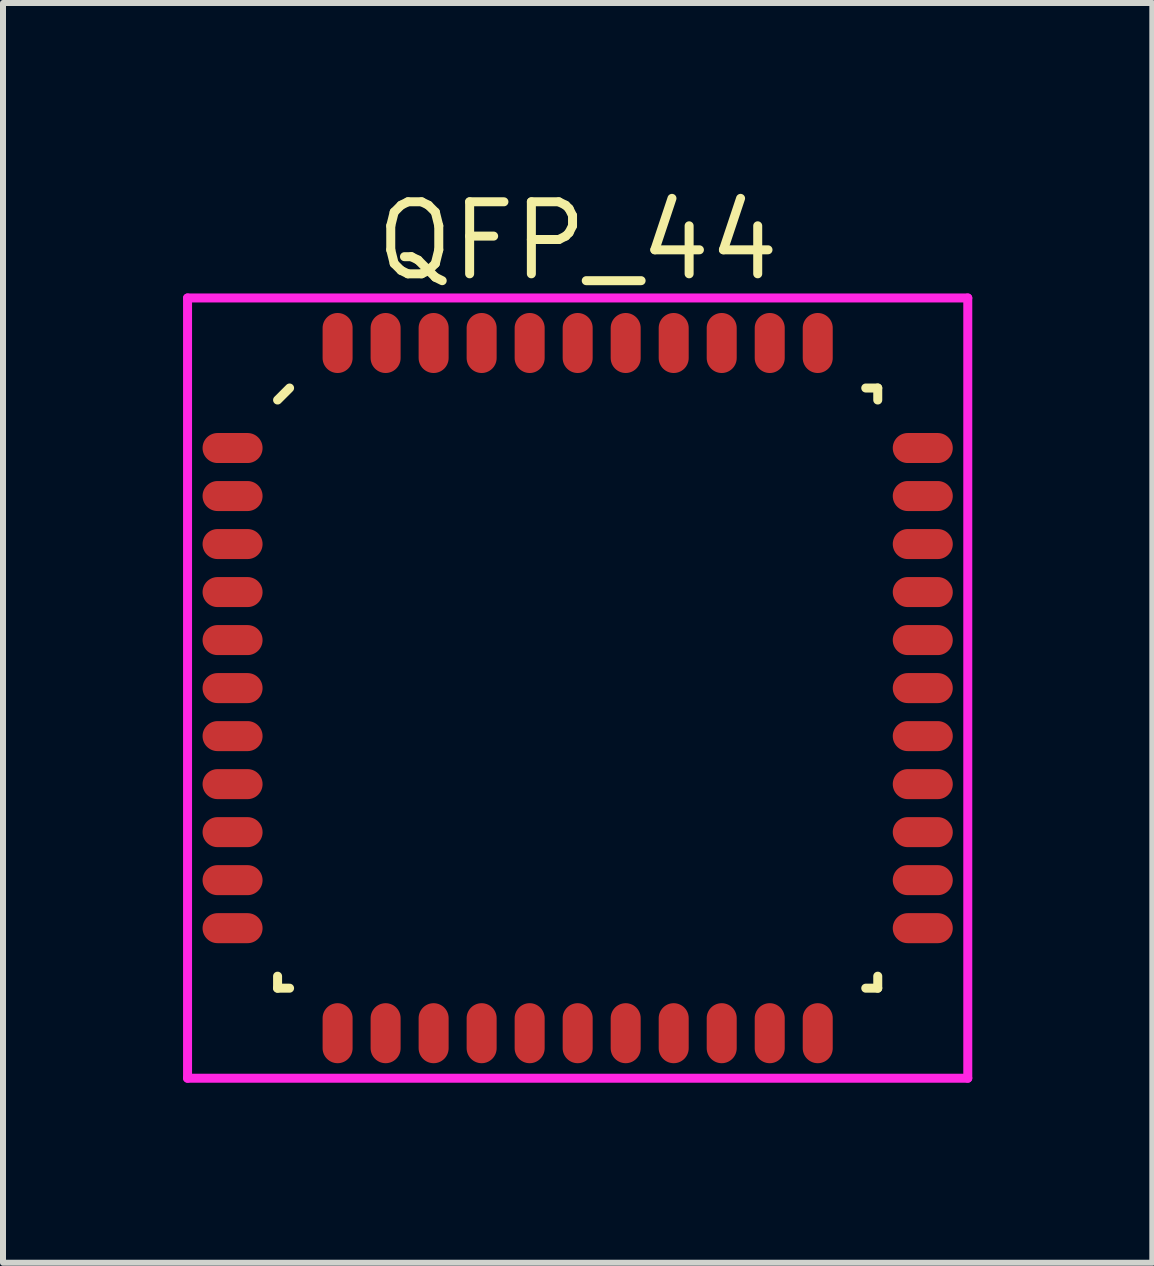
<source format=kicad_pcb>
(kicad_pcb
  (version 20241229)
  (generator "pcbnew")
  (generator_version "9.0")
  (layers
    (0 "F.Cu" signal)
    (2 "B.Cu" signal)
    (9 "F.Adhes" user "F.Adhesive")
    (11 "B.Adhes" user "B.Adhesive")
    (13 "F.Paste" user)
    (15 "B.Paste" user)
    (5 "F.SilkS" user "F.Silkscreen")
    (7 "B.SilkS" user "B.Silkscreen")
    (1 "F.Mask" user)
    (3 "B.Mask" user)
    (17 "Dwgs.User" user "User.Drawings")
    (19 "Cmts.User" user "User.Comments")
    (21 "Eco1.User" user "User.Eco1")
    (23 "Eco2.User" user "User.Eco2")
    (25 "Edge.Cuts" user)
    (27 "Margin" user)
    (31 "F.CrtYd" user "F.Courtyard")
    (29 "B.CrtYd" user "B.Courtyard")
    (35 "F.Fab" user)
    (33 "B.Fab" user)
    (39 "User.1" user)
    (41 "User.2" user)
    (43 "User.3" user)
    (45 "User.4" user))
  (footprint "QFP_44"
    (layer "F.Cu")
    (at 6.575 8.415)
    (property "Reference" "QFP_44" (at 0 -7.45 0) (layer "F.SilkS") (effects (font (size 1.2 1.2) (thickness 0.15))))
    (attr through_hole)
    (fp_line (start -5 -4.8) (end -4.8 -5) (stroke (width 0.15) (type solid)) (layer "F.SilkS"))
    (fp_line (start -5 5) (end -5 4.8) (stroke (width 0.15) (type solid)) (layer "F.SilkS"))
    (fp_line (start -4.8 5) (end -5 5) (stroke (width 0.15) (type solid)) (layer "F.SilkS"))
    (fp_line (start 4.8 -5) (end 5 -5) (stroke (width 0.15) (type solid)) (layer "F.SilkS"))
    (fp_line (start 4.8 5) (end 5 5) (stroke (width 0.15) (type solid)) (layer "F.SilkS"))
    (fp_line (start 5 -5) (end 5 -4.8) (stroke (width 0.15) (type solid)) (layer "F.SilkS"))
    (fp_line (start 5 5) (end 5 4.8) (stroke (width 0.15) (type solid)) (layer "F.SilkS"))
    (fp_line (start -6.5 -6.5) (end 6.5 -6.5) (stroke (width 0.15) (type solid)) (layer "F.CrtYd"))
    (fp_line (start -6.5 6.5) (end -6.5 -6.5) (stroke (width 0.15) (type solid)) (layer "F.CrtYd"))
    (fp_line (start 6.5 -6.5) (end 6.5 6.5) (stroke (width 0.15) (type solid)) (layer "F.CrtYd"))
    (fp_line (start 6.5 6.5) (end -6.5 6.5) (stroke (width 0.15) (type solid)) (layer "F.CrtYd"))
    (pad "1" smd oval (at -5.75 -4 90) (size 0.5 1) (layers "F.Cu" "F.Mask" "F.Paste"))
    (pad "2" smd oval (at -5.75 -3.2 90) (size 0.5 1) (layers "F.Cu" "F.Mask" "F.Paste"))
    (pad "3" smd oval (at -5.75 -2.4 90) (size 0.5 1) (layers "F.Cu" "F.Mask" "F.Paste"))
    (pad "4" smd oval (at -5.75 -1.6 90) (size 0.5 1) (layers "F.Cu" "F.Mask" "F.Paste"))
    (pad "5" smd oval (at -5.75 -0.8 90) (size 0.5 1) (layers "F.Cu" "F.Mask" "F.Paste"))
    (pad "6" smd oval (at -5.75 0 90) (size 0.5 1) (layers "F.Cu" "F.Mask" "F.Paste"))
    (pad "7" smd oval (at -5.75 0.8 90) (size 0.5 1) (layers "F.Cu" "F.Mask" "F.Paste"))
    (pad "8" smd oval (at -5.75 1.6 90) (size 0.5 1) (layers "F.Cu" "F.Mask" "F.Paste"))
    (pad "9" smd oval (at -5.75 2.4 90) (size 0.5 1) (layers "F.Cu" "F.Mask" "F.Paste"))
    (pad "10" smd oval (at -5.75 3.2 90) (size 0.5 1) (layers "F.Cu" "F.Mask" "F.Paste"))
    (pad "11" smd oval (at -5.75 4 90) (size 0.5 1) (layers "F.Cu" "F.Mask" "F.Paste"))
    (pad "12" smd oval (at -4 5.75) (size 0.5 1) (layers "F.Cu" "F.Mask" "F.Paste"))
    (pad "13" smd oval (at -3.2 5.75) (size 0.5 1) (layers "F.Cu" "F.Mask" "F.Paste"))
    (pad "14" smd oval (at -2.4 5.75) (size 0.5 1) (layers "F.Cu" "F.Mask" "F.Paste"))
    (pad "15" smd oval (at -1.6 5.75) (size 0.5 1) (layers "F.Cu" "F.Mask" "F.Paste"))
    (pad "16" smd oval (at -0.8 5.75) (size 0.5 1) (layers "F.Cu" "F.Mask" "F.Paste"))
    (pad "17" smd oval (at 0 5.75) (size 0.5 1) (layers "F.Cu" "F.Mask" "F.Paste"))
    (pad "18" smd oval (at 0.8 5.75) (size 0.5 1) (layers "F.Cu" "F.Mask" "F.Paste"))
    (pad "19" smd oval (at 1.6 5.75) (size 0.5 1) (layers "F.Cu" "F.Mask" "F.Paste"))
    (pad "20" smd oval (at 2.4 5.75) (size 0.5 1) (layers "F.Cu" "F.Mask" "F.Paste"))
    (pad "21" smd oval (at 3.2 5.75) (size 0.5 1) (layers "F.Cu" "F.Mask" "F.Paste"))
    (pad "22" smd oval (at 4 5.75) (size 0.5 1) (layers "F.Cu" "F.Mask" "F.Paste"))
    (pad "23" smd oval (at 5.75 4 90) (size 0.5 1) (layers "F.Cu" "F.Mask" "F.Paste"))
    (pad "24" smd oval (at 5.75 3.2 90) (size 0.5 1) (layers "F.Cu" "F.Mask" "F.Paste"))
    (pad "25" smd oval (at 5.75 2.4 90) (size 0.5 1) (layers "F.Cu" "F.Mask" "F.Paste"))
    (pad "26" smd oval (at 5.75 1.6 90) (size 0.5 1) (layers "F.Cu" "F.Mask" "F.Paste"))
    (pad "27" smd oval (at 5.75 0.8 90) (size 0.5 1) (layers "F.Cu" "F.Mask" "F.Paste"))
    (pad "28" smd oval (at 5.75 0 90) (size 0.5 1) (layers "F.Cu" "F.Mask" "F.Paste"))
    (pad "29" smd oval (at 5.75 -0.8 90) (size 0.5 1) (layers "F.Cu" "F.Mask" "F.Paste"))
    (pad "30" smd oval (at 5.75 -1.6 90) (size 0.5 1) (layers "F.Cu" "F.Mask" "F.Paste"))
    (pad "31" smd oval (at 5.75 -2.4 90) (size 0.5 1) (layers "F.Cu" "F.Mask" "F.Paste"))
    (pad "32" smd oval (at 5.75 -3.2 90) (size 0.5 1) (layers "F.Cu" "F.Mask" "F.Paste"))
    (pad "33" smd oval (at 5.75 -4 90) (size 0.5 1) (layers "F.Cu" "F.Mask" "F.Paste"))
    (pad "34" smd oval (at 4 -5.75) (size 0.5 1) (layers "F.Cu" "F.Mask" "F.Paste"))
    (pad "35" smd oval (at 3.2 -5.75) (size 0.5 1) (layers "F.Cu" "F.Mask" "F.Paste"))
    (pad "36" smd oval (at 2.4 -5.75) (size 0.5 1) (layers "F.Cu" "F.Mask" "F.Paste"))
    (pad "37" smd oval (at 1.6 -5.75) (size 0.5 1) (layers "F.Cu" "F.Mask" "F.Paste"))
    (pad "38" smd oval (at 0.8 -5.75) (size 0.5 1) (layers "F.Cu" "F.Mask" "F.Paste"))
    (pad "39" smd oval (at 0 -5.75) (size 0.5 1) (layers "F.Cu" "F.Mask" "F.Paste"))
    (pad "40" smd oval (at -0.8 -5.75) (size 0.5 1) (layers "F.Cu" "F.Mask" "F.Paste"))
    (pad "41" smd oval (at -1.6 -5.75) (size 0.5 1) (layers "F.Cu" "F.Mask" "F.Paste"))
    (pad "42" smd oval (at -2.4 -5.75) (size 0.5 1) (layers "F.Cu" "F.Mask" "F.Paste"))
    (pad "43" smd oval (at -3.2 -5.75) (size 0.5 1) (layers "F.Cu" "F.Mask" "F.Paste"))
    (pad "44" smd oval (at -4 -5.75) (size 0.5 1) (layers "F.Cu" "F.Mask" "F.Paste")))
  (gr_rect
    (start -3 -3)
    (end 16.15 17.99)
    (stroke (width 0.1) (type default))
    (fill no)
    (layer "Edge.Cuts")))
</source>
